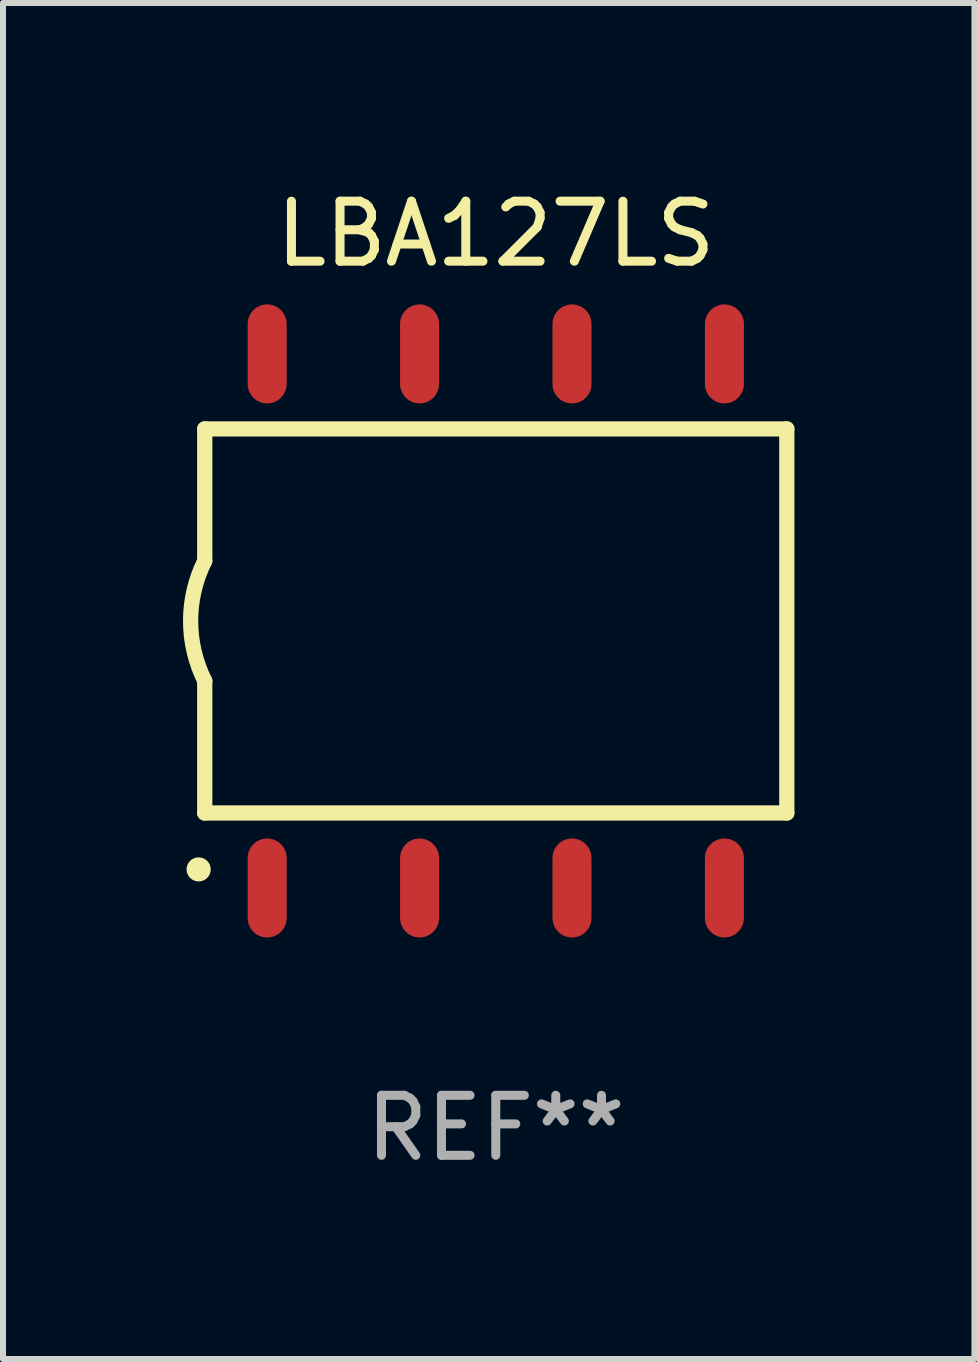
<source format=kicad_pcb>
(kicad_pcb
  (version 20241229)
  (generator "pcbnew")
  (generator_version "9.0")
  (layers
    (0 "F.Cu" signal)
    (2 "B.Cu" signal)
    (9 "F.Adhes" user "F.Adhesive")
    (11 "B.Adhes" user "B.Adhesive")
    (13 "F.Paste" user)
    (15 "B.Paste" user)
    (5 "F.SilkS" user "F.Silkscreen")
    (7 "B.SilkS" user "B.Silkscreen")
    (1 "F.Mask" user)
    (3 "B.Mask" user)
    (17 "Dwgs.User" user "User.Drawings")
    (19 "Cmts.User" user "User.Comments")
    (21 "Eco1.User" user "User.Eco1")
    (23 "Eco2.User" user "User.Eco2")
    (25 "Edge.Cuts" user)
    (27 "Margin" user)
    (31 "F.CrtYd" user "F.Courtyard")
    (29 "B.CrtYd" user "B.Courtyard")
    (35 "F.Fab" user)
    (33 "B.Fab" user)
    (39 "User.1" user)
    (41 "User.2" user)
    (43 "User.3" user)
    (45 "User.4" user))
  (footprint "LBA127LS"
    (layer "F.Cu")
    (at 5.212 7.298)
    (property "Reference" "LBA127LS" (at 0 -6.45 0) (layer "F.SilkS") (effects (font (size 1 1) (thickness 0.15))))
    (attr through_hole)
    (fp_line (start -4.85 -3.2) (end -4.85 -1) (stroke (width 0.254) (type solid)) (layer "F.SilkS"))
    (fp_line (start -4.85 -3.2) (end 4.85 -3.2) (stroke (width 0.254) (type solid)) (layer "F.SilkS"))
    (fp_line (start -4.85 3.2) (end -4.85 1) (stroke (width 0.254) (type solid)) (layer "F.SilkS"))
    (fp_line (start 4.85 -3.2) (end 4.85 3.2) (stroke (width 0.254) (type solid)) (layer "F.SilkS"))
    (fp_line (start 4.85 3.2) (end -4.85 3.2) (stroke (width 0.254) (type solid)) (layer "F.SilkS"))
    (fp_arc (start -4.95301 4.140208) (mid -4.95174 4.140204) (end -4.95047 4.140208) (stroke (width 0.4) (type solid)) (layer "F.SilkS"))
    (fp_arc (start -4.84887 1.000762) (mid -5.085418 0.000516) (end -4.850013 -1) (stroke (width 0.254001) (type solid)) (layer "F.SilkS"))
    (fp_text user "REF**" (at 0 8.45 0) (layer "F.Fab") (effects (font (size 1 1) (thickness 0.15))))
    (pad "1" smd oval (at -3.81 4.45) (size 0.65 1.65) (layers "F.Cu" "F.Mask" "F.Paste"))
    (pad "2" smd oval (at -1.27 4.45) (size 0.65 1.65) (layers "F.Cu" "F.Mask" "F.Paste"))
    (pad "3" smd oval (at 1.27 4.45) (size 0.65 1.65) (layers "F.Cu" "F.Mask" "F.Paste"))
    (pad "4" smd oval (at 3.81 4.45) (size 0.65 1.65) (layers "F.Cu" "F.Mask" "F.Paste"))
    (pad "5" smd oval (at 3.81 -4.45 180) (size 0.65 1.65) (layers "F.Cu" "F.Mask" "F.Paste"))
    (pad "6" smd oval (at 1.27 -4.45 180) (size 0.65 1.65) (layers "F.Cu" "F.Mask" "F.Paste"))
    (pad "7" smd oval (at -1.27 -4.45 180) (size 0.65 1.65) (layers "F.Cu" "F.Mask" "F.Paste"))
    (pad "8" smd oval (at -3.81 -4.45 180) (size 0.65 1.65) (layers "F.Cu" "F.Mask" "F.Paste")))
  (gr_rect
    (start -3 -3)
    (end 13.189 19.597)
    (stroke (width 0.1) (type default))
    (fill no)
    (layer "Edge.Cuts")))
</source>
